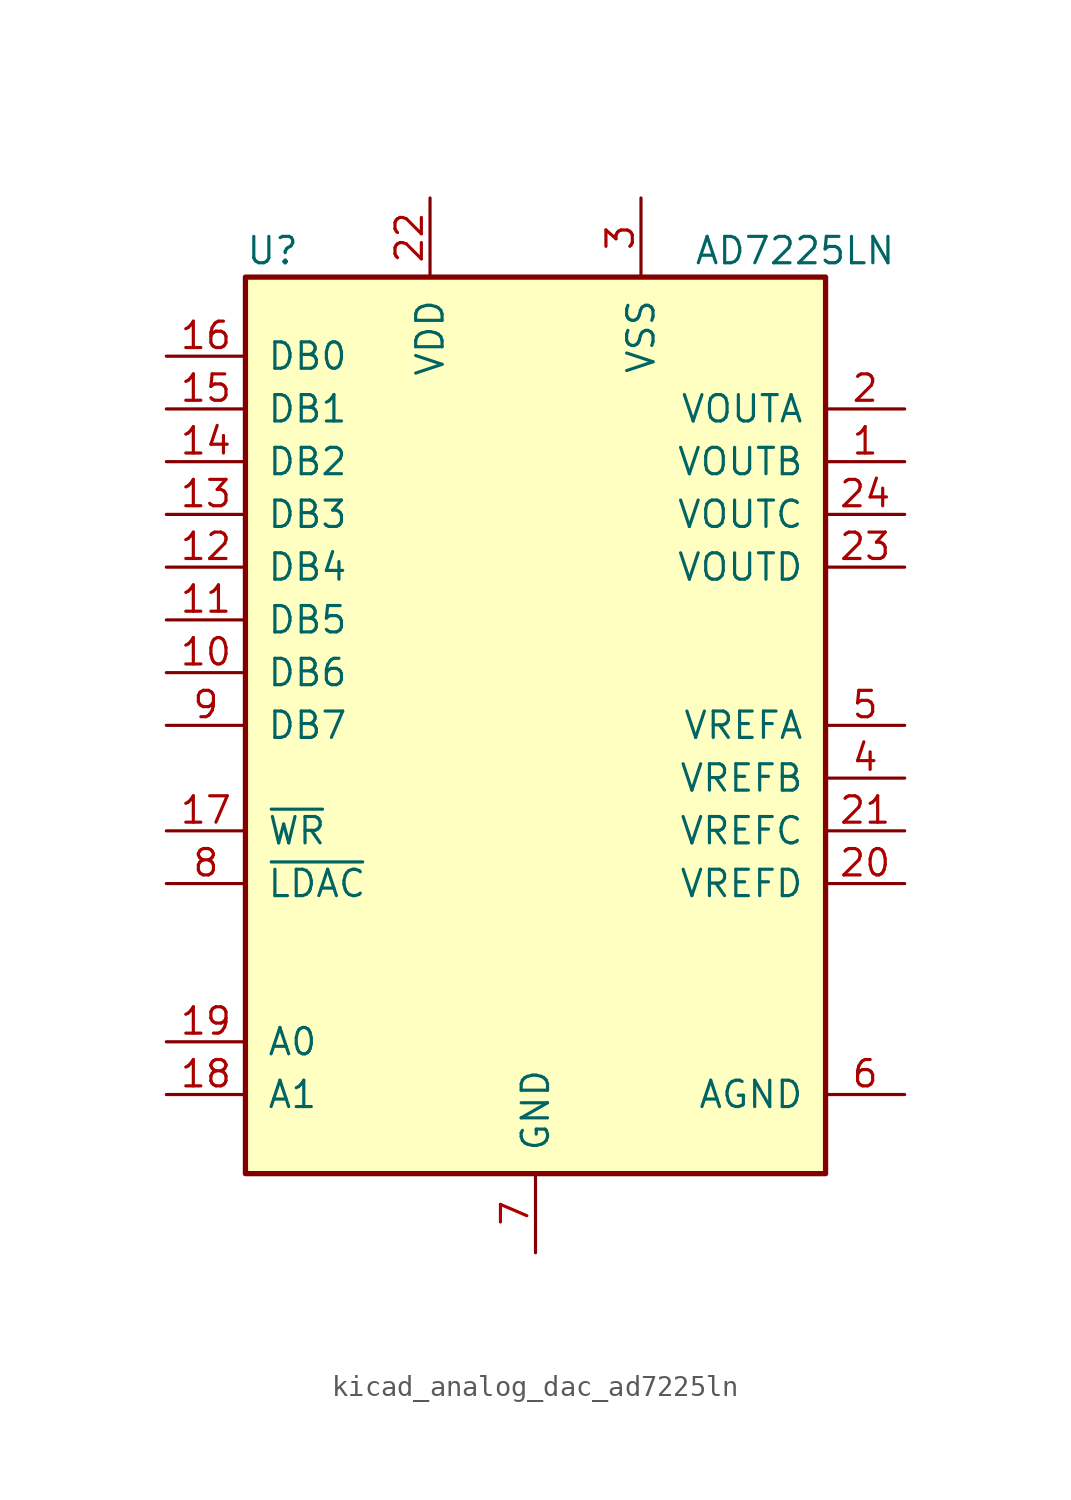
<source format=kicad_sym>
(kicad_symbol_lib
  (version 20220914)
  (generator kicad_symbol_editor)
  (symbol "kicad_analog_dac_ad7225ln"
    (pin_names
      (offset 1.016))
    (property "Reference" "U"
      (at -13.97 22.86 0)
      (effects (font (size 1.27 1.27)) (justify left)))
    (property "Value" "AD7225LN"
      (at 7.62 22.86 0)
      (effects (font (size 1.27 1.27)) (justify left)))
    (symbol "kicad_analog_dac_ad7225ln_0_1"
      (rectangle (start -13.97 -21.59) (end 13.97 21.59) (stroke (width 0.254) (type default)) (fill (type background))))
    (symbol "kicad_analog_dac_ad7225ln_1_1"
      (pin output line (at 17.78 12.7 180) (length 3.81) (name "VOUTB" (effects (font (size 1.27 1.27)))) (number "1" (effects (font (size 1.27 1.27)))))
      (pin input line (at -17.78 2.54 0) (length 3.81) (name "DB6" (effects (font (size 1.27 1.27)))) (number "10" (effects (font (size 1.27 1.27)))))
      (pin input line (at -17.78 5.08 0) (length 3.81) (name "DB5" (effects (font (size 1.27 1.27)))) (number "11" (effects (font (size 1.27 1.27)))))
      (pin input line (at -17.78 7.62 0) (length 3.81) (name "DB4" (effects (font (size 1.27 1.27)))) (number "12" (effects (font (size 1.27 1.27)))))
      (pin input line (at -17.78 10.16 0) (length 3.81) (name "DB3" (effects (font (size 1.27 1.27)))) (number "13" (effects (font (size 1.27 1.27)))))
      (pin input line (at -17.78 12.7 0) (length 3.81) (name "DB2" (effects (font (size 1.27 1.27)))) (number "14" (effects (font (size 1.27 1.27)))))
      (pin input line (at -17.78 15.24 0) (length 3.81) (name "DB1" (effects (font (size 1.27 1.27)))) (number "15" (effects (font (size 1.27 1.27)))))
      (pin input line (at -17.78 17.78 0) (length 3.81) (name "DB0" (effects (font (size 1.27 1.27)))) (number "16" (effects (font (size 1.27 1.27)))))
      (pin input line (at -17.78 -5.08 0) (length 3.81) (name "~{WR}" (effects (font (size 1.27 1.27)))) (number "17" (effects (font (size 1.27 1.27)))))
      (pin input line (at -17.78 -17.78 0) (length 3.81) (name "A1" (effects (font (size 1.27 1.27)))) (number "18" (effects (font (size 1.27 1.27)))))
      (pin input line (at -17.78 -15.24 0) (length 3.81) (name "A0" (effects (font (size 1.27 1.27)))) (number "19" (effects (font (size 1.27 1.27)))))
      (pin output line (at 17.78 15.24 180) (length 3.81) (name "VOUTA" (effects (font (size 1.27 1.27)))) (number "2" (effects (font (size 1.27 1.27)))))
      (pin input line (at 17.78 -7.62 180) (length 3.81) (name "VREFD" (effects (font (size 1.27 1.27)))) (number "20" (effects (font (size 1.27 1.27)))))
      (pin input line (at 17.78 -5.08 180) (length 3.81) (name "VREFC" (effects (font (size 1.27 1.27)))) (number "21" (effects (font (size 1.27 1.27)))))
      (pin power_in line (at -5.08 25.4 270) (length 3.81) (name "VDD" (effects (font (size 1.27 1.27)))) (number "22" (effects (font (size 1.27 1.27)))))
      (pin output line (at 17.78 7.62 180) (length 3.81) (name "VOUTD" (effects (font (size 1.27 1.27)))) (number "23" (effects (font (size 1.27 1.27)))))
      (pin output line (at 17.78 10.16 180) (length 3.81) (name "VOUTC" (effects (font (size 1.27 1.27)))) (number "24" (effects (font (size 1.27 1.27)))))
      (pin power_in line (at 5.08 25.4 270) (length 3.81) (name "VSS" (effects (font (size 1.27 1.27)))) (number "3" (effects (font (size 1.27 1.27)))))
      (pin input line (at 17.78 -2.54 180) (length 3.81) (name "VREFB" (effects (font (size 1.27 1.27)))) (number "4" (effects (font (size 1.27 1.27)))))
      (pin input line (at 17.78 0 180) (length 3.81) (name "VREFA" (effects (font (size 1.27 1.27)))) (number "5" (effects (font (size 1.27 1.27)))))
      (pin input line (at 17.78 -17.78 180) (length 3.81) (name "AGND" (effects (font (size 1.27 1.27)))) (number "6" (effects (font (size 1.27 1.27)))))
      (pin power_in line (at 0 -25.4 90) (length 3.81) (name "GND" (effects (font (size 1.27 1.27)))) (number "7" (effects (font (size 1.27 1.27)))))
      (pin input line (at -17.78 -7.62 0) (length 3.81) (name "~{LDAC}" (effects (font (size 1.27 1.27)))) (number "8" (effects (font (size 1.27 1.27)))))
      (pin input line (at -17.78 0 0) (length 3.81) (name "DB7" (effects (font (size 1.27 1.27)))) (number "9" (effects (font (size 1.27 1.27))))))))
</source>
